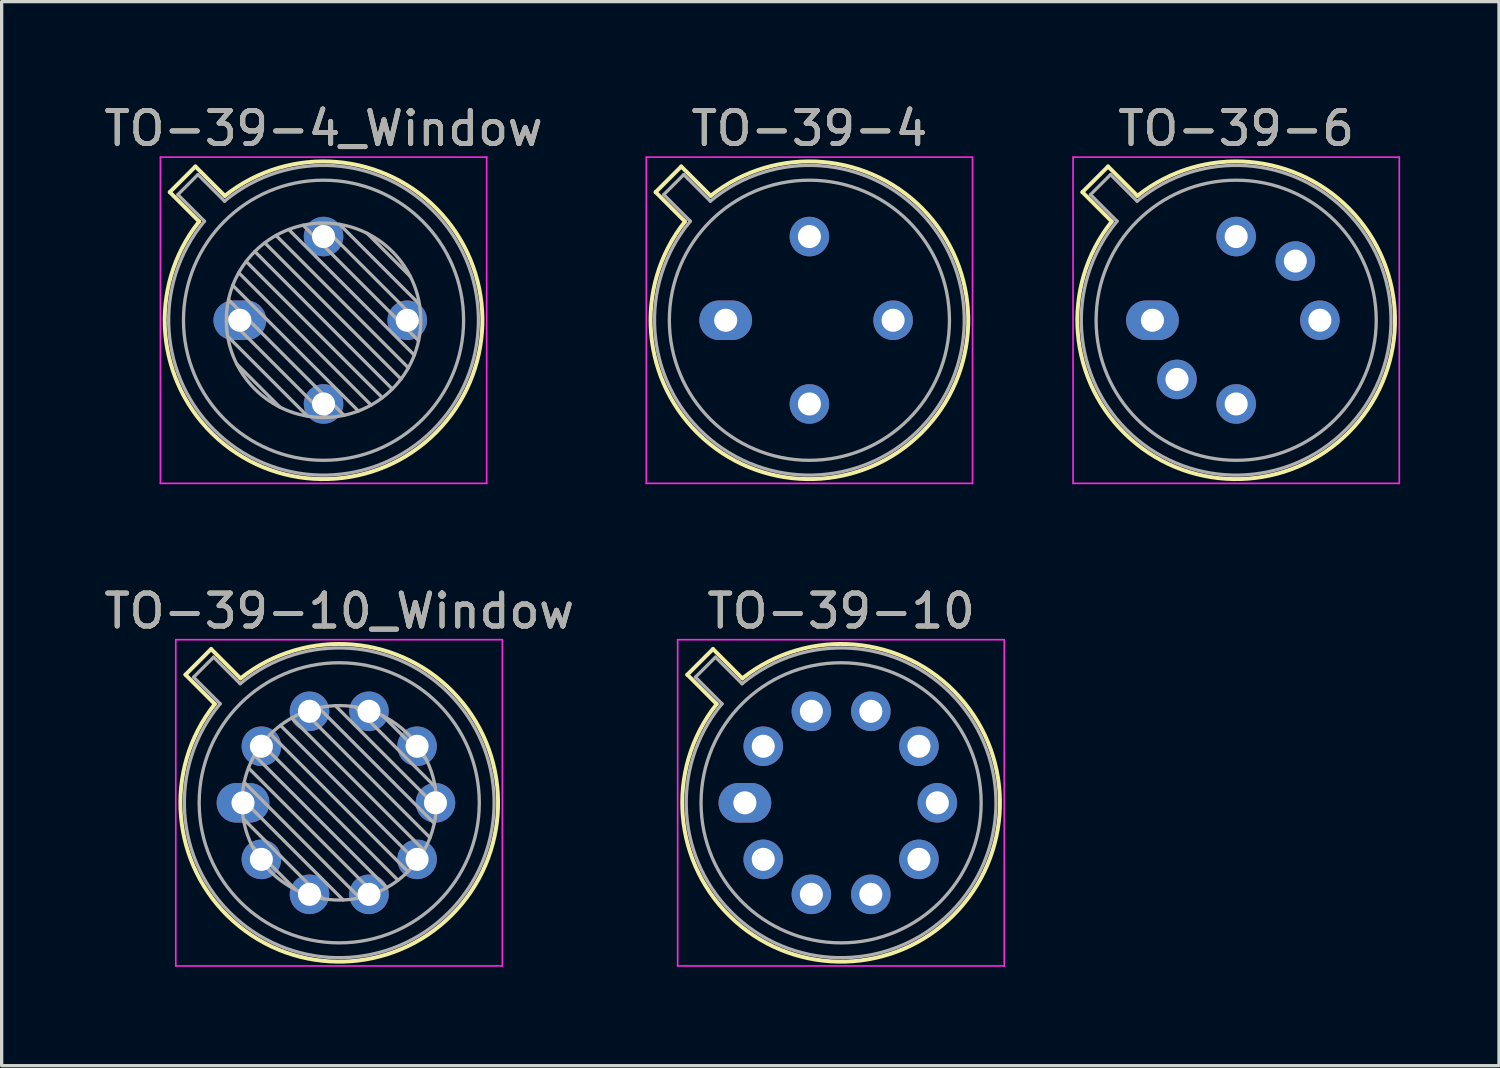
<source format=kicad_pcb>
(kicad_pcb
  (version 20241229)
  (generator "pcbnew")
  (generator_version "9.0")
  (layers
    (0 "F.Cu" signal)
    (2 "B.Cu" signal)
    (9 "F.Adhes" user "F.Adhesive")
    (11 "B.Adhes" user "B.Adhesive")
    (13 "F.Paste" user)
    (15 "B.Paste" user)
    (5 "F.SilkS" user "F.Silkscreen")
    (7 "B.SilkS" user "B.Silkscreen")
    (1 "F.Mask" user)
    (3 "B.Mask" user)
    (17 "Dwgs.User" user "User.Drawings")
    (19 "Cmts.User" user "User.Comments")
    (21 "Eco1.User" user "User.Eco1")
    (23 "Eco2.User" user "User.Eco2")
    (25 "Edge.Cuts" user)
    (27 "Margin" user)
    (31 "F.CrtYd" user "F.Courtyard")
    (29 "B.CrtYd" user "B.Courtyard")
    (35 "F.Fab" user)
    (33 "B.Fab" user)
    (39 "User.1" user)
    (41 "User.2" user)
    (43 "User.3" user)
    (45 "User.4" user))
  (footprint "TO-39-10"
    (layer "F.Cu")
    (at 19.553 21.311)
    (property "Reference" "TO-39-10" (at 2.92 -5.82 0) (layer "F.SilkS") (effects (font (size 1 1) (thickness 0.15))))
    (attr through_hole)
    (fp_line (start -1.746 -3.888) (end -0.855 -2.997) (stroke (width 0.12) (type solid)) (layer "F.SilkS"))
    (fp_line (start -0.968 -4.666) (end -1.746 -3.888) (stroke (width 0.12) (type solid)) (layer "F.SilkS"))
    (fp_line (start -0.077 -3.775) (end -0.968 -4.666) (stroke (width 0.12) (type solid)) (layer "F.SilkS"))
    (fp_arc (start -0.077084 -3.774902) (mid 6.328125 3.408384) (end -0.854674 -2.997371) (stroke (width 0.12) (type solid)) (layer "F.SilkS"))
    (fp_line (start -2.04 -4.95) (end -2.04 4.95) (stroke (width 0.05) (type solid)) (layer "F.CrtYd"))
    (fp_line (start -2.04 4.95) (end 7.87 4.95) (stroke (width 0.05) (type solid)) (layer "F.CrtYd"))
    (fp_line (start 7.87 -4.95) (end -2.04 -4.95) (stroke (width 0.05) (type solid)) (layer "F.CrtYd"))
    (fp_line (start 7.87 4.95) (end 7.87 -4.95) (stroke (width 0.05) (type solid)) (layer "F.CrtYd"))
    (fp_line (start -1.5 -3.812) (end -0.694 -3.005) (stroke (width 0.1) (type solid)) (layer "F.Fab"))
    (fp_line (start -0.892 -4.42) (end -1.5 -3.812) (stroke (width 0.1) (type solid)) (layer "F.Fab"))
    (fp_line (start -0.085 -3.614) (end -0.892 -4.42) (stroke (width 0.1) (type solid)) (layer "F.Fab"))
    (fp_arc (start -0.085408 -3.61352) (mid 6.243443 3.323361) (end -0.693594 -3.005319) (stroke (width 0.1) (type solid)) (layer "F.Fab"))
    (fp_circle (center 2.92 0) (end 7.17 0) (stroke (width 0.1) (type solid)) (fill no) (layer "F.Fab"))
    (fp_text user "${REFERENCE}" (at 2.92 -5.82 0) (layer "F.Fab") (effects (font (size 1 1) (thickness 0.15))))
    (pad "1" thru_hole oval (at 0 0) (size 1.6 1.2) (drill 0.7) (layers "*.Cu" "*.Mask"))
    (pad "2" thru_hole oval (at 0.558 1.716) (size 1.2 1.2) (drill 0.7) (layers "*.Cu" "*.Mask"))
    (pad "3" thru_hole oval (at 2.018 2.777) (size 1.2 1.2) (drill 0.7) (layers "*.Cu" "*.Mask"))
    (pad "4" thru_hole oval (at 3.822 2.777) (size 1.2 1.2) (drill 0.7) (layers "*.Cu" "*.Mask"))
    (pad "5" thru_hole oval (at 5.282 1.716) (size 1.2 1.2) (drill 0.7) (layers "*.Cu" "*.Mask"))
    (pad "6" thru_hole oval (at 5.84 0) (size 1.2 1.2) (drill 0.7) (layers "*.Cu" "*.Mask"))
    (pad "7" thru_hole oval (at 5.282 -1.716) (size 1.2 1.2) (drill 0.7) (layers "*.Cu" "*.Mask"))
    (pad "8" thru_hole oval (at 3.822 -2.777) (size 1.2 1.2) (drill 0.7) (layers "*.Cu" "*.Mask"))
    (pad "9" thru_hole oval (at 2.018 -2.777) (size 1.2 1.2) (drill 0.7) (layers "*.Cu" "*.Mask"))
    (pad "10" thru_hole oval (at 0.558 -1.716) (size 1.2 1.2) (drill 0.7) (layers "*.Cu" "*.Mask")))
  (footprint "TO-39-4_Window"
    (layer "F.Cu")
    (at 4.228 6.668)
    (property "Reference" "TO-39-4_Window" (at 2.54 -5.82 0) (layer "F.SilkS") (effects (font (size 1 1) (thickness 0.15))))
    (attr through_hole)
    (fp_line (start -2.126 -3.888) (end -1.235 -2.997) (stroke (width 0.12) (type solid)) (layer "F.SilkS"))
    (fp_line (start -1.348 -4.666) (end -2.126 -3.888) (stroke (width 0.12) (type solid)) (layer "F.SilkS"))
    (fp_line (start -0.457 -3.775) (end -1.348 -4.666) (stroke (width 0.12) (type solid)) (layer "F.SilkS"))
    (fp_arc (start -0.457084 -3.774902) (mid 5.948125 3.408384) (end -1.234674 -2.997371) (stroke (width 0.12) (type solid)) (layer "F.SilkS"))
    (fp_line (start -2.41 -4.95) (end -2.41 4.95) (stroke (width 0.05) (type solid)) (layer "F.CrtYd"))
    (fp_line (start -2.41 4.95) (end 7.49 4.95) (stroke (width 0.05) (type solid)) (layer "F.CrtYd"))
    (fp_line (start 7.49 -4.95) (end -2.41 -4.95) (stroke (width 0.05) (type solid)) (layer "F.CrtYd"))
    (fp_line (start 7.49 4.95) (end 7.49 -4.95) (stroke (width 0.05) (type solid)) (layer "F.CrtYd"))
    (fp_line (start -1.88 -3.812) (end -1.074 -3.005) (stroke (width 0.1) (type solid)) (layer "F.Fab"))
    (fp_line (start -1.272 -4.42) (end -1.88 -3.812) (stroke (width 0.1) (type solid)) (layer "F.Fab"))
    (fp_line (start -0.465 -3.614) (end -1.272 -4.42) (stroke (width 0.1) (type solid)) (layer "F.Fab"))
    (fp_line (start -0.408 -0.12) (end 2.66 2.948) (stroke (width 0.1) (type solid)) (layer "F.Fab"))
    (fp_line (start -0.371 0.485) (end 2.055 2.911) (stroke (width 0.1) (type solid)) (layer "F.Fab"))
    (fp_line (start -0.344 -0.622) (end 3.162 2.884) (stroke (width 0.1) (type solid)) (layer "F.Fab"))
    (fp_line (start -0.215 -1.058) (end 3.598 2.755) (stroke (width 0.1) (type solid)) (layer "F.Fab"))
    (fp_line (start -0.097 1.324) (end 1.216 2.637) (stroke (width 0.1) (type solid)) (layer "F.Fab"))
    (fp_line (start -0.034 -1.443) (end 3.983 2.574) (stroke (width 0.1) (type solid)) (layer "F.Fab"))
    (fp_line (start 0.19 -1.784) (end 4.324 2.35) (stroke (width 0.1) (type solid)) (layer "F.Fab"))
    (fp_line (start 0.454 -2.086) (end 4.626 2.086) (stroke (width 0.1) (type solid)) (layer "F.Fab"))
    (fp_line (start 0.756 -2.35) (end 4.89 1.784) (stroke (width 0.1) (type solid)) (layer "F.Fab"))
    (fp_line (start 1.097 -2.574) (end 5.114 1.443) (stroke (width 0.1) (type solid)) (layer "F.Fab"))
    (fp_line (start 1.482 -2.755) (end 5.295 1.058) (stroke (width 0.1) (type solid)) (layer "F.Fab"))
    (fp_line (start 1.918 -2.884) (end 5.424 0.622) (stroke (width 0.1) (type solid)) (layer "F.Fab"))
    (fp_line (start 2.42 -2.948) (end 5.488 0.12) (stroke (width 0.1) (type solid)) (layer "F.Fab"))
    (fp_line (start 3.025 -2.911) (end 5.451 -0.485) (stroke (width 0.1) (type solid)) (layer "F.Fab"))
    (fp_line (start 3.864 -2.637) (end 5.177 -1.324) (stroke (width 0.1) (type solid)) (layer "F.Fab"))
    (fp_arc (start -0.465408 -3.61352) (mid 5.863443 3.323361) (end -1.073594 -3.005319) (stroke (width 0.1) (type solid)) (layer "F.Fab"))
    (fp_circle (center 2.54 0) (end 5.49 0) (stroke (width 0.1) (type solid)) (fill no) (layer "F.Fab"))
    (fp_circle (center 2.54 0) (end 6.79 0) (stroke (width 0.1) (type solid)) (fill no) (layer "F.Fab"))
    (fp_text user "${REFERENCE}" (at 2.54 -5.82 0) (layer "F.Fab") (effects (font (size 1 1) (thickness 0.15))))
    (pad "1" thru_hole oval (at 0 0) (size 1.6 1.2) (drill 0.7) (layers "*.Cu" "*.Mask"))
    (pad "2" thru_hole oval (at 2.54 2.54) (size 1.2 1.2) (drill 0.7) (layers "*.Cu" "*.Mask"))
    (pad "3" thru_hole oval (at 5.08 0) (size 1.2 1.2) (drill 0.7) (layers "*.Cu" "*.Mask"))
    (pad "4" thru_hole oval (at 2.54 -2.54) (size 1.2 1.2) (drill 0.7) (layers "*.Cu" "*.Mask")))
  (footprint "TO-39-6"
    (layer "F.Cu")
    (at 31.921 6.668)
    (property "Reference" "TO-39-6" (at 2.54 -5.82 0) (layer "F.SilkS") (effects (font (size 1 1) (thickness 0.15))))
    (attr through_hole)
    (fp_line (start -2.126 -3.888) (end -1.235 -2.997) (stroke (width 0.12) (type solid)) (layer "F.SilkS"))
    (fp_line (start -1.348 -4.666) (end -2.126 -3.888) (stroke (width 0.12) (type solid)) (layer "F.SilkS"))
    (fp_line (start -0.457 -3.775) (end -1.348 -4.666) (stroke (width 0.12) (type solid)) (layer "F.SilkS"))
    (fp_arc (start -0.457084 -3.774902) (mid 5.948125 3.408384) (end -1.234674 -2.997371) (stroke (width 0.12) (type solid)) (layer "F.SilkS"))
    (fp_line (start -2.41 -4.95) (end -2.41 4.95) (stroke (width 0.05) (type solid)) (layer "F.CrtYd"))
    (fp_line (start -2.41 4.95) (end 7.49 4.95) (stroke (width 0.05) (type solid)) (layer "F.CrtYd"))
    (fp_line (start 7.49 -4.95) (end -2.41 -4.95) (stroke (width 0.05) (type solid)) (layer "F.CrtYd"))
    (fp_line (start 7.49 4.95) (end 7.49 -4.95) (stroke (width 0.05) (type solid)) (layer "F.CrtYd"))
    (fp_line (start -1.88 -3.812) (end -1.074 -3.005) (stroke (width 0.1) (type solid)) (layer "F.Fab"))
    (fp_line (start -1.272 -4.42) (end -1.88 -3.812) (stroke (width 0.1) (type solid)) (layer "F.Fab"))
    (fp_line (start -0.465 -3.614) (end -1.272 -4.42) (stroke (width 0.1) (type solid)) (layer "F.Fab"))
    (fp_arc (start -0.465408 -3.61352) (mid 5.863443 3.323361) (end -1.073594 -3.005319) (stroke (width 0.1) (type solid)) (layer "F.Fab"))
    (fp_circle (center 2.54 0) (end 6.79 0) (stroke (width 0.1) (type solid)) (fill no) (layer "F.Fab"))
    (fp_text user "${REFERENCE}" (at 2.54 -5.82 0) (layer "F.Fab") (effects (font (size 1 1) (thickness 0.15))))
    (pad "1" thru_hole oval (at 0 0) (size 1.6 1.2) (drill 0.7) (layers "*.Cu" "*.Mask"))
    (pad "2" thru_hole oval (at 0.744 1.796) (size 1.2 1.2) (drill 0.7) (layers "*.Cu" "*.Mask"))
    (pad "3" thru_hole oval (at 2.54 2.54) (size 1.2 1.2) (drill 0.7) (layers "*.Cu" "*.Mask"))
    (pad "4" thru_hole oval (at 5.08 0) (size 1.2 1.2) (drill 0.7) (layers "*.Cu" "*.Mask"))
    (pad "5" thru_hole oval (at 4.336 -1.796) (size 1.2 1.2) (drill 0.7) (layers "*.Cu" "*.Mask"))
    (pad "6" thru_hole oval (at 2.54 -2.54) (size 1.2 1.2) (drill 0.7) (layers "*.Cu" "*.Mask")))
  (footprint "TO-39-4"
    (layer "F.Cu")
    (at 18.971 6.668)
    (property "Reference" "TO-39-4" (at 2.54 -5.82 0) (layer "F.SilkS") (effects (font (size 1 1) (thickness 0.15))))
    (attr through_hole)
    (fp_line (start -2.126 -3.888) (end -1.235 -2.997) (stroke (width 0.12) (type solid)) (layer "F.SilkS"))
    (fp_line (start -1.348 -4.666) (end -2.126 -3.888) (stroke (width 0.12) (type solid)) (layer "F.SilkS"))
    (fp_line (start -0.457 -3.775) (end -1.348 -4.666) (stroke (width 0.12) (type solid)) (layer "F.SilkS"))
    (fp_arc (start -0.457084 -3.774902) (mid 5.948125 3.408384) (end -1.234674 -2.997371) (stroke (width 0.12) (type solid)) (layer "F.SilkS"))
    (fp_line (start -2.41 -4.95) (end -2.41 4.95) (stroke (width 0.05) (type solid)) (layer "F.CrtYd"))
    (fp_line (start -2.41 4.95) (end 7.49 4.95) (stroke (width 0.05) (type solid)) (layer "F.CrtYd"))
    (fp_line (start 7.49 -4.95) (end -2.41 -4.95) (stroke (width 0.05) (type solid)) (layer "F.CrtYd"))
    (fp_line (start 7.49 4.95) (end 7.49 -4.95) (stroke (width 0.05) (type solid)) (layer "F.CrtYd"))
    (fp_line (start -1.88 -3.812) (end -1.074 -3.005) (stroke (width 0.1) (type solid)) (layer "F.Fab"))
    (fp_line (start -1.272 -4.42) (end -1.88 -3.812) (stroke (width 0.1) (type solid)) (layer "F.Fab"))
    (fp_line (start -0.465 -3.614) (end -1.272 -4.42) (stroke (width 0.1) (type solid)) (layer "F.Fab"))
    (fp_arc (start -0.465408 -3.61352) (mid 5.863443 3.323361) (end -1.073594 -3.005319) (stroke (width 0.1) (type solid)) (layer "F.Fab"))
    (fp_circle (center 2.54 0) (end 6.79 0) (stroke (width 0.1) (type solid)) (fill no) (layer "F.Fab"))
    (fp_text user "${REFERENCE}" (at 2.54 -5.82 0) (layer "F.Fab") (effects (font (size 1 1) (thickness 0.15))))
    (pad "1" thru_hole oval (at 0 0) (size 1.6 1.2) (drill 0.7) (layers "*.Cu" "*.Mask"))
    (pad "2" thru_hole oval (at 2.54 2.54) (size 1.2 1.2) (drill 0.7) (layers "*.Cu" "*.Mask"))
    (pad "3" thru_hole oval (at 5.08 0) (size 1.2 1.2) (drill 0.7) (layers "*.Cu" "*.Mask"))
    (pad "4" thru_hole oval (at 2.54 -2.54) (size 1.2 1.2) (drill 0.7) (layers "*.Cu" "*.Mask")))
  (footprint "TO-39-10_Window"
    (layer "F.Cu")
    (at 4.324 21.311)
    (property "Reference" "TO-39-10_Window" (at 2.92 -5.82 0) (layer "F.SilkS") (effects (font (size 1 1) (thickness 0.15))))
    (attr through_hole)
    (fp_line (start -1.746 -3.888) (end -0.855 -2.997) (stroke (width 0.12) (type solid)) (layer "F.SilkS"))
    (fp_line (start -0.968 -4.666) (end -1.746 -3.888) (stroke (width 0.12) (type solid)) (layer "F.SilkS"))
    (fp_line (start -0.077 -3.775) (end -0.968 -4.666) (stroke (width 0.12) (type solid)) (layer "F.SilkS"))
    (fp_arc (start -0.077084 -3.774902) (mid 6.328125 3.408384) (end -0.854674 -2.997371) (stroke (width 0.12) (type solid)) (layer "F.SilkS"))
    (fp_line (start -2.04 -4.95) (end -2.04 4.95) (stroke (width 0.05) (type solid)) (layer "F.CrtYd"))
    (fp_line (start -2.04 4.95) (end 7.87 4.95) (stroke (width 0.05) (type solid)) (layer "F.CrtYd"))
    (fp_line (start 7.87 -4.95) (end -2.04 -4.95) (stroke (width 0.05) (type solid)) (layer "F.CrtYd"))
    (fp_line (start 7.87 4.95) (end 7.87 -4.95) (stroke (width 0.05) (type solid)) (layer "F.CrtYd"))
    (fp_line (start -1.5 -3.812) (end -0.694 -3.005) (stroke (width 0.1) (type solid)) (layer "F.Fab"))
    (fp_line (start -0.892 -4.42) (end -1.5 -3.812) (stroke (width 0.1) (type solid)) (layer "F.Fab"))
    (fp_line (start -0.085 -3.614) (end -0.892 -4.42) (stroke (width 0.1) (type solid)) (layer "F.Fab"))
    (fp_line (start -0.028 -0.12) (end 3.04 2.948) (stroke (width 0.1) (type solid)) (layer "F.Fab"))
    (fp_line (start 0.009 0.485) (end 2.435 2.911) (stroke (width 0.1) (type solid)) (layer "F.Fab"))
    (fp_line (start 0.036 -0.622) (end 3.542 2.884) (stroke (width 0.1) (type solid)) (layer "F.Fab"))
    (fp_line (start 0.165 -1.058) (end 3.978 2.755) (stroke (width 0.1) (type solid)) (layer "F.Fab"))
    (fp_line (start 0.283 1.324) (end 1.596 2.637) (stroke (width 0.1) (type solid)) (layer "F.Fab"))
    (fp_line (start 0.346 -1.443) (end 4.363 2.574) (stroke (width 0.1) (type solid)) (layer "F.Fab"))
    (fp_line (start 0.57 -1.784) (end 4.704 2.35) (stroke (width 0.1) (type solid)) (layer "F.Fab"))
    (fp_line (start 0.834 -2.086) (end 5.006 2.086) (stroke (width 0.1) (type solid)) (layer "F.Fab"))
    (fp_line (start 1.136 -2.35) (end 5.27 1.784) (stroke (width 0.1) (type solid)) (layer "F.Fab"))
    (fp_line (start 1.477 -2.574) (end 5.494 1.443) (stroke (width 0.1) (type solid)) (layer "F.Fab"))
    (fp_line (start 1.862 -2.755) (end 5.675 1.058) (stroke (width 0.1) (type solid)) (layer "F.Fab"))
    (fp_line (start 2.298 -2.884) (end 5.804 0.622) (stroke (width 0.1) (type solid)) (layer "F.Fab"))
    (fp_line (start 2.8 -2.948) (end 5.868 0.12) (stroke (width 0.1) (type solid)) (layer "F.Fab"))
    (fp_line (start 3.405 -2.911) (end 5.831 -0.485) (stroke (width 0.1) (type solid)) (layer "F.Fab"))
    (fp_line (start 4.244 -2.637) (end 5.557 -1.324) (stroke (width 0.1) (type solid)) (layer "F.Fab"))
    (fp_arc (start -0.085408 -3.61352) (mid 6.243443 3.323361) (end -0.693594 -3.005319) (stroke (width 0.1) (type solid)) (layer "F.Fab"))
    (fp_circle (center 2.92 0) (end 5.87 0) (stroke (width 0.1) (type solid)) (fill no) (layer "F.Fab"))
    (fp_circle (center 2.92 0) (end 7.17 0) (stroke (width 0.1) (type solid)) (fill no) (layer "F.Fab"))
    (fp_text user "${REFERENCE}" (at 2.92 -5.82 0) (layer "F.Fab") (effects (font (size 1 1) (thickness 0.15))))
    (pad "1" thru_hole oval (at 0 0) (size 1.6 1.2) (drill 0.7) (layers "*.Cu" "*.Mask"))
    (pad "2" thru_hole oval (at 0.558 1.716) (size 1.2 1.2) (drill 0.7) (layers "*.Cu" "*.Mask"))
    (pad "3" thru_hole oval (at 2.018 2.777) (size 1.2 1.2) (drill 0.7) (layers "*.Cu" "*.Mask"))
    (pad "4" thru_hole oval (at 3.822 2.777) (size 1.2 1.2) (drill 0.7) (layers "*.Cu" "*.Mask"))
    (pad "5" thru_hole oval (at 5.282 1.716) (size 1.2 1.2) (drill 0.7) (layers "*.Cu" "*.Mask"))
    (pad "6" thru_hole oval (at 5.84 0) (size 1.2 1.2) (drill 0.7) (layers "*.Cu" "*.Mask"))
    (pad "7" thru_hole oval (at 5.282 -1.716) (size 1.2 1.2) (drill 0.7) (layers "*.Cu" "*.Mask"))
    (pad "8" thru_hole oval (at 3.822 -2.777) (size 1.2 1.2) (drill 0.7) (layers "*.Cu" "*.Mask"))
    (pad "9" thru_hole oval (at 2.018 -2.777) (size 1.2 1.2) (drill 0.7) (layers "*.Cu" "*.Mask"))
    (pad "10" thru_hole oval (at 0.558 -1.716) (size 1.2 1.2) (drill 0.7) (layers "*.Cu" "*.Mask")))
  (gr_rect
    (start -3 -3)
    (end 42.436 29.287)
    (stroke (width 0.1) (type default))
    (fill no)
    (layer "Edge.Cuts")))
</source>
